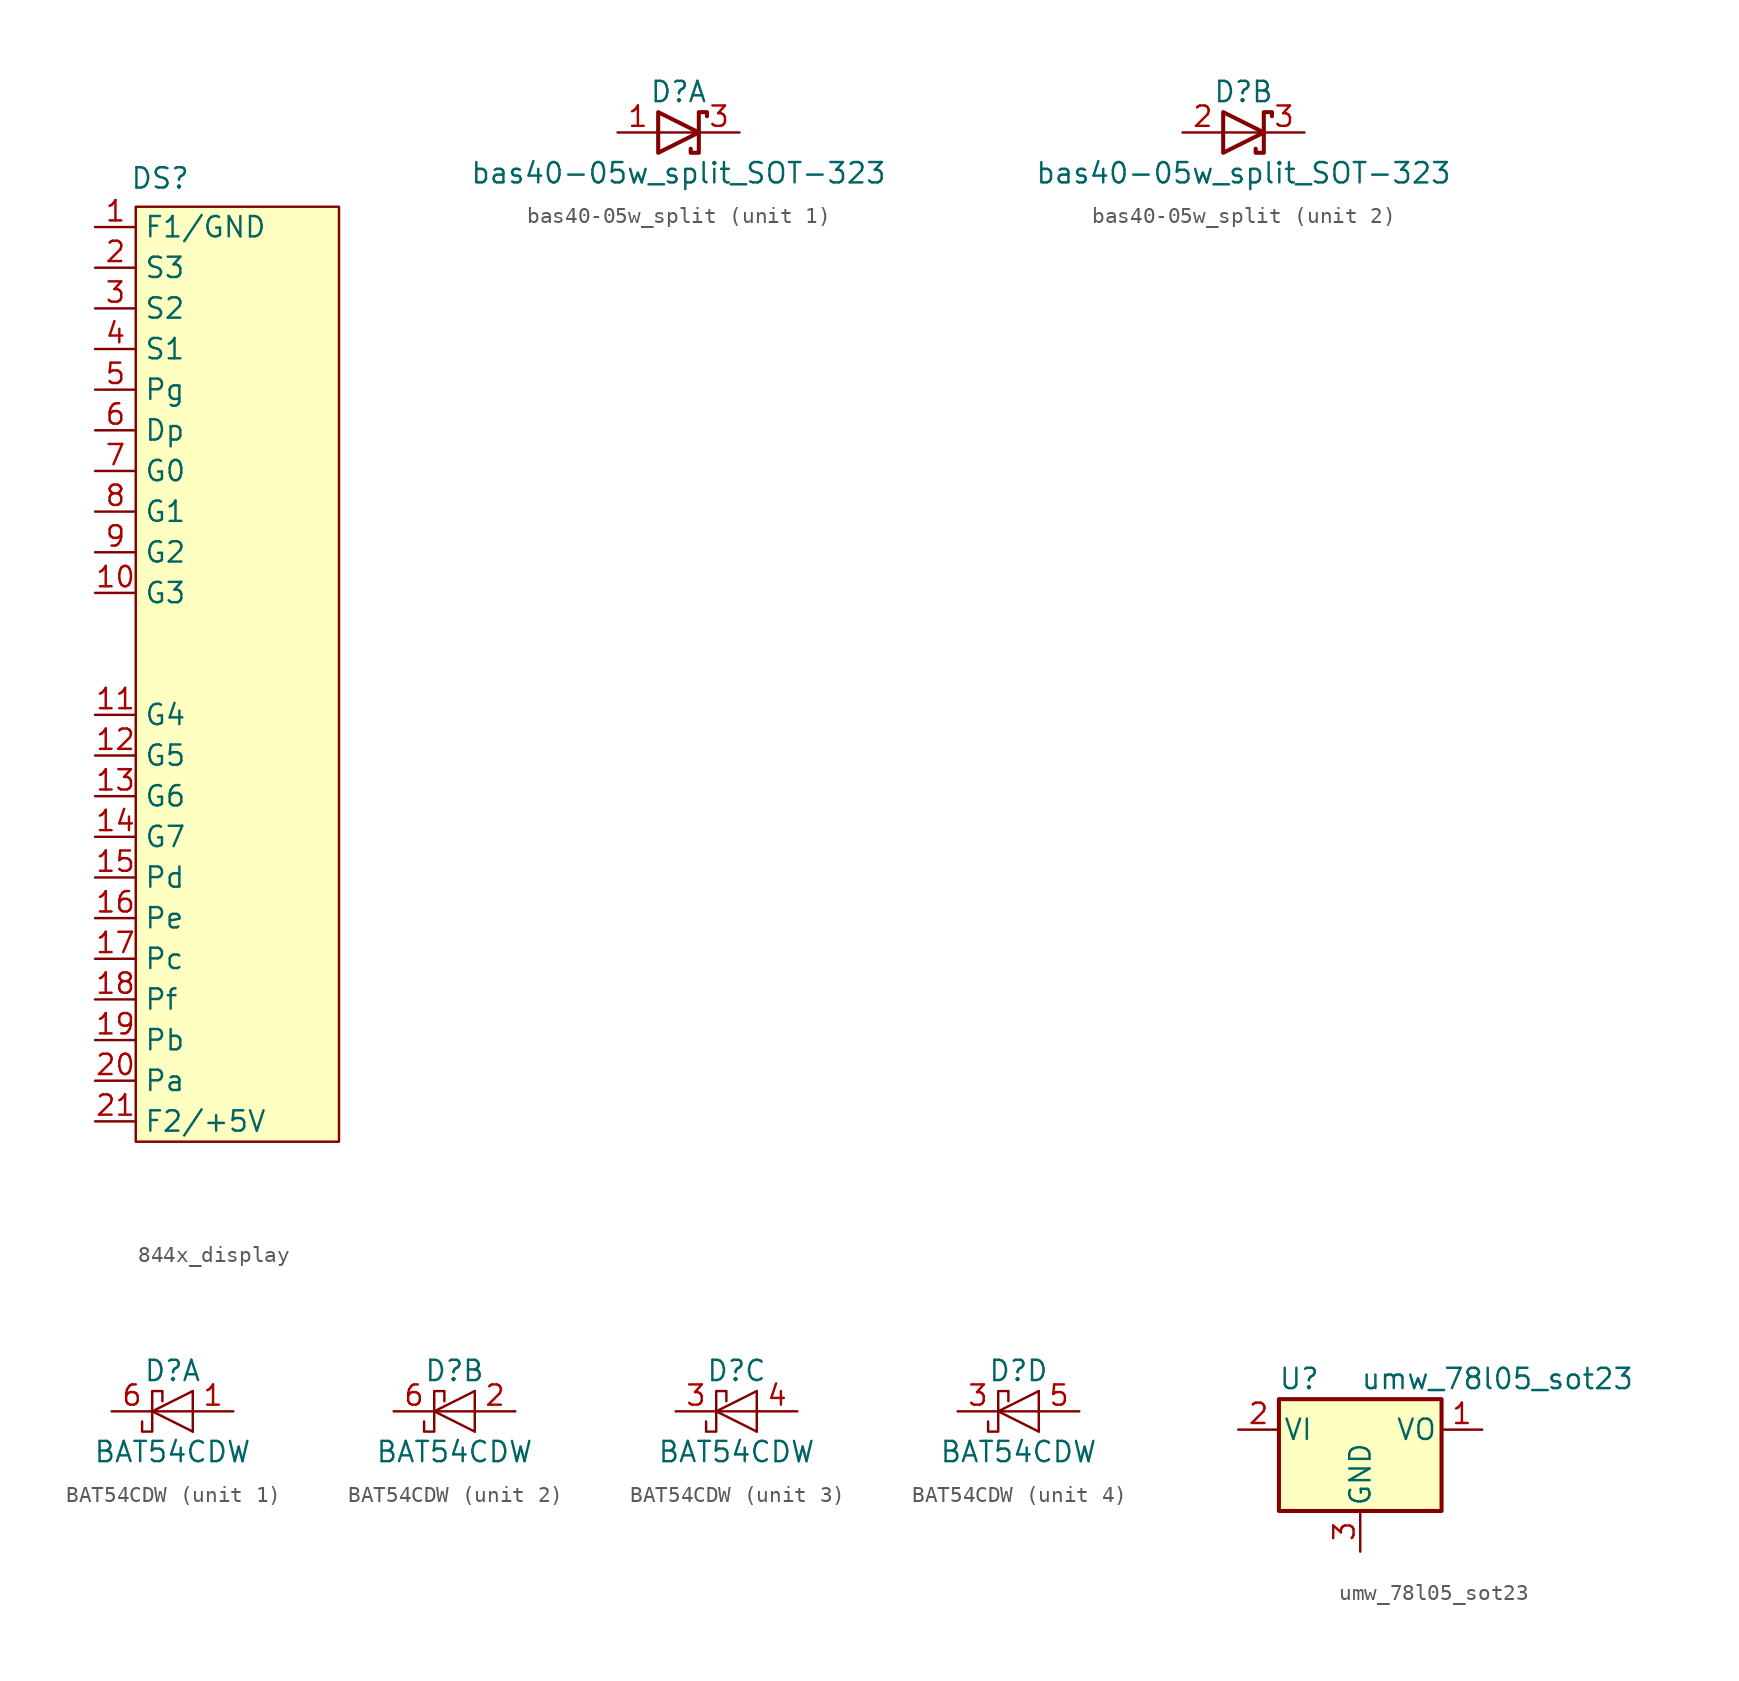
<source format=kicad_sym>
(kicad_symbol_lib
  (version 20231120)
  (generator "kicad_symbol_editor")
  (generator_version "8.0")
  (symbol "844x_display"
    (property "Reference" "DS"
      (at 1.524 30.988 0)
      (effects (font (size 1.27 1.27))))
    (property "Value" ""
      (at 0 15.24 0)
      (effects (font (size 1.27 1.27))))
    (symbol "844x_display_1_1"
      (rectangle (start 0 29.21) (end 12.7 -29.21) (stroke (width 0) (type default)) (fill (type background)))
      (pin passive line (at -2.54 27.94 0) (length 2.54) (name "F1/GND" (effects (font (size 1.27 1.27)))) (number "1" (effects (font (size 1.27 1.27)))))
      (pin passive line (at -2.54 5.08 0) (length 2.54) (name "G3" (effects (font (size 1.27 1.27)))) (number "10" (effects (font (size 1.27 1.27)))))
      (pin passive line (at -2.54 -2.54 0) (length 2.54) (name "G4" (effects (font (size 1.27 1.27)))) (number "11" (effects (font (size 1.27 1.27)))))
      (pin passive line (at -2.54 -5.08 0) (length 2.54) (name "G5" (effects (font (size 1.27 1.27)))) (number "12" (effects (font (size 1.27 1.27)))))
      (pin passive line (at -2.54 -7.62 0) (length 2.54) (name "G6" (effects (font (size 1.27 1.27)))) (number "13" (effects (font (size 1.27 1.27)))))
      (pin passive line (at -2.54 -10.16 0) (length 2.54) (name "G7" (effects (font (size 1.27 1.27)))) (number "14" (effects (font (size 1.27 1.27)))))
      (pin passive line (at -2.54 -12.7 0) (length 2.54) (name "Pd" (effects (font (size 1.27 1.27)))) (number "15" (effects (font (size 1.27 1.27)))))
      (pin passive line (at -2.54 -15.24 0) (length 2.54) (name "Pe" (effects (font (size 1.27 1.27)))) (number "16" (effects (font (size 1.27 1.27)))))
      (pin passive line (at -2.54 -17.78 0) (length 2.54) (name "Pc" (effects (font (size 1.27 1.27)))) (number "17" (effects (font (size 1.27 1.27)))))
      (pin passive line (at -2.54 -20.32 0) (length 2.54) (name "Pf" (effects (font (size 1.27 1.27)))) (number "18" (effects (font (size 1.27 1.27)))))
      (pin passive line (at -2.54 -22.86 0) (length 2.54) (name "Pb" (effects (font (size 1.27 1.27)))) (number "19" (effects (font (size 1.27 1.27)))))
      (pin passive line (at -2.54 25.4 0) (length 2.54) (name "S3" (effects (font (size 1.27 1.27)))) (number "2" (effects (font (size 1.27 1.27)))))
      (pin passive line (at -2.54 -25.4 0) (length 2.54) (name "Pa" (effects (font (size 1.27 1.27)))) (number "20" (effects (font (size 1.27 1.27)))))
      (pin passive line (at -2.54 -27.94 0) (length 2.54) (name "F2/+5V" (effects (font (size 1.27 1.27)))) (number "21" (effects (font (size 1.27 1.27)))))
      (pin passive line (at -2.54 22.86 0) (length 2.54) (name "S2" (effects (font (size 1.27 1.27)))) (number "3" (effects (font (size 1.27 1.27)))))
      (pin passive line (at -2.54 20.32 0) (length 2.54) (name "S1" (effects (font (size 1.27 1.27)))) (number "4" (effects (font (size 1.27 1.27)))))
      (pin passive line (at -2.54 17.78 0) (length 2.54) (name "Pg" (effects (font (size 1.27 1.27)))) (number "5" (effects (font (size 1.27 1.27)))))
      (pin passive line (at -2.54 15.24 0) (length 2.54) (name "Dp" (effects (font (size 1.27 1.27)))) (number "6" (effects (font (size 1.27 1.27)))))
      (pin passive line (at -2.54 12.7 0) (length 2.54) (name "G0" (effects (font (size 1.27 1.27)))) (number "7" (effects (font (size 1.27 1.27)))))
      (pin passive line (at -2.54 10.16 0) (length 2.54) (name "G1" (effects (font (size 1.27 1.27)))) (number "8" (effects (font (size 1.27 1.27)))))
      (pin passive line (at -2.54 7.62 0) (length 2.54) (name "G2" (effects (font (size 1.27 1.27)))) (number "9" (effects (font (size 1.27 1.27)))))))
  (symbol "bas40-05w_split"
    (pin_names
      (offset 0.762) hide)
    (property "Reference" "D"
      (at 0 2.54 0)
      (effects (font (size 1.27 1.27))))
    (property "Value" "bas40-05w_split_SOT-323"
      (at 0 -2.54 0)
      (effects (font (size 1.27 1.27))))
    (property "ki_locked" ""
      (at 0 0 0)
      (effects (font (size 1.27 1.27))))
    (symbol "bas40-05w_split_0_1"
      (polyline (pts (xy 1.27 0) (xy -1.27 0)) (stroke (width 0) (type default)) (fill (type none)))
      (polyline (pts (xy -1.27 1.27) (xy 1.27 0) (xy -1.27 -1.27) (xy -1.27 1.27) (xy -1.27 1.27) (xy -1.27 1.27)) (stroke (width 0.254) (type default)) (fill (type none)))
      (polyline (pts (xy 1.778 1.016) (xy 1.778 1.27) (xy 1.27 1.27) (xy 1.27 -1.27) (xy 0.762 -1.27) (xy 0.762 -1.016)) (stroke (width 0.254) (type default)) (fill (type none)))
      (pin passive line (at 3.81 0 180) (length 2.54) (name "K" (effects (font (size 1.27 1.27)))) (number "3" (effects (font (size 1.27 1.27))))))
    (symbol "bas40-05w_split_1_1"
      (pin passive line (at -3.81 0 0) (length 2.54) (name "A" (effects (font (size 1.27 1.27)))) (number "1" (effects (font (size 1.27 1.27))))))
    (symbol "bas40-05w_split_2_1"
      (pin passive line (at -3.81 0 0) (length 2.54) (name "K" (effects (font (size 1.27 1.27)))) (number "2" (effects (font (size 1.27 1.27)))))))
  (symbol "BAT54CDW"
    (pin_names
      (offset 1.016) hide)
    (property "Reference" "D"
      (at 0 2.54 0)
      (effects (font (size 1.27 1.27))))
    (property "Value" "BAT54CDW"
      (at 0 -2.54 0)
      (effects (font (size 1.27 1.27))))
    (symbol "BAT54CDW_0_1"
      (polyline (pts (xy 1.27 -1.27) (xy 1.27 1.27)) (stroke (width 0) (type default)) (fill (type none)))
      (polyline (pts (xy 1.27 0) (xy -1.27 0)) (stroke (width 0) (type default)) (fill (type none)))
      (polyline (pts (xy 1.27 1.27) (xy -1.27 0) (xy 1.27 -1.27)) (stroke (width 0) (type default)) (fill (type none)))
      (polyline (pts (xy -0.635 0.635) (xy -0.635 1.27) (xy -1.27 1.27) (xy -1.27 -1.27) (xy -1.905 -1.27) (xy -1.905 -0.635)) (stroke (width 0) (type default)) (fill (type none))))
    (symbol "BAT54CDW_1_1"
      (pin passive line (at 3.81 0 180) (length 2.54) (name "A" (effects (font (size 1.27 1.27)))) (number "1" (effects (font (size 1.27 1.27)))))
      (pin passive line (at -3.81 0 0) (length 2.54) (name "K" (effects (font (size 1.27 1.27)))) (number "6" (effects (font (size 1.27 1.27))))))
    (symbol "BAT54CDW_2_1"
      (pin passive line (at 3.81 0 180) (length 2.54) (name "A" (effects (font (size 1.27 1.27)))) (number "2" (effects (font (size 1.27 1.27)))))
      (pin passive line (at -3.81 0 0) (length 2.54) (name "K" (effects (font (size 1.27 1.27)))) (number "6" (effects (font (size 1.27 1.27))))))
    (symbol "BAT54CDW_3_1"
      (pin passive line (at -3.81 0 0) (length 2.54) (name "K" (effects (font (size 1.27 1.27)))) (number "3" (effects (font (size 1.27 1.27)))))
      (pin passive line (at 3.81 0 180) (length 2.54) (name "A" (effects (font (size 1.27 1.27)))) (number "4" (effects (font (size 1.27 1.27))))))
    (symbol "BAT54CDW_4_1"
      (pin passive line (at -3.81 0 0) (length 2.54) (name "K" (effects (font (size 1.27 1.27)))) (number "3" (effects (font (size 1.27 1.27)))))
      (pin passive line (at 3.81 0 180) (length 2.54) (name "A" (effects (font (size 1.27 1.27)))) (number "5" (effects (font (size 1.27 1.27)))))))
  (symbol "umw_78l05_sot23"
    (pin_names
      (offset 0.254))
    (property "Reference" "U"
      (at -3.81 3.175 0)
      (effects (font (size 1.27 1.27))))
    (property "Value" "umw_78l05_sot23"
      (at 0 3.175 0)
      (effects (font (size 1.27 1.27)) (justify left)))
    (symbol "umw_78l05_sot23_0_1"
      (rectangle (start -5.08 -5.08) (end 5.08 1.905) (stroke (width 0.254) (type default)) (fill (type background))))
    (symbol "umw_78l05_sot23_1_1"
      (pin power_out line (at 7.62 0 180) (length 2.54) (name "VO" (effects (font (size 1.27 1.27)))) (number "1" (effects (font (size 1.27 1.27)))))
      (pin power_in line (at -7.62 0 0) (length 2.54) (name "VI" (effects (font (size 1.27 1.27)))) (number "2" (effects (font (size 1.27 1.27)))))
      (pin power_in line (at 0 -7.62 90) (length 2.54) (name "GND" (effects (font (size 1.27 1.27)))) (number "3" (effects (font (size 1.27 1.27))))))))
</source>
